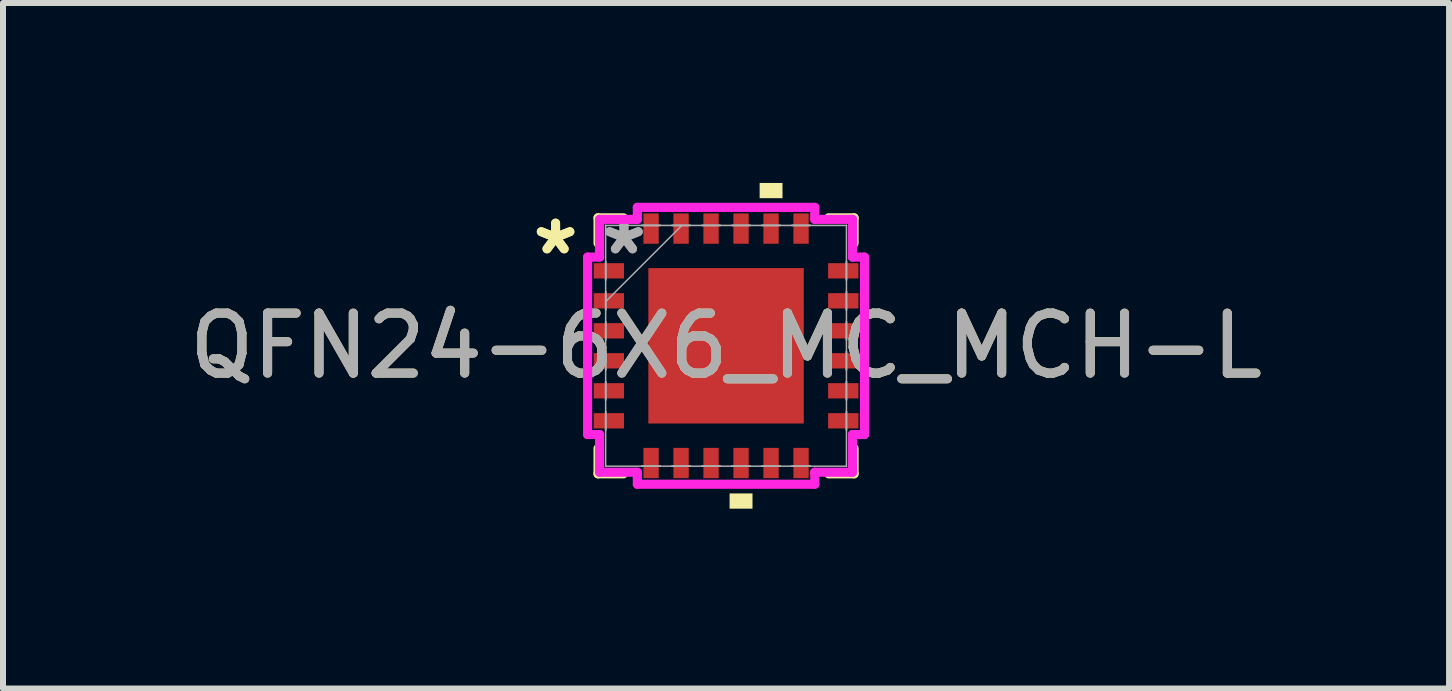
<source format=kicad_pcb>
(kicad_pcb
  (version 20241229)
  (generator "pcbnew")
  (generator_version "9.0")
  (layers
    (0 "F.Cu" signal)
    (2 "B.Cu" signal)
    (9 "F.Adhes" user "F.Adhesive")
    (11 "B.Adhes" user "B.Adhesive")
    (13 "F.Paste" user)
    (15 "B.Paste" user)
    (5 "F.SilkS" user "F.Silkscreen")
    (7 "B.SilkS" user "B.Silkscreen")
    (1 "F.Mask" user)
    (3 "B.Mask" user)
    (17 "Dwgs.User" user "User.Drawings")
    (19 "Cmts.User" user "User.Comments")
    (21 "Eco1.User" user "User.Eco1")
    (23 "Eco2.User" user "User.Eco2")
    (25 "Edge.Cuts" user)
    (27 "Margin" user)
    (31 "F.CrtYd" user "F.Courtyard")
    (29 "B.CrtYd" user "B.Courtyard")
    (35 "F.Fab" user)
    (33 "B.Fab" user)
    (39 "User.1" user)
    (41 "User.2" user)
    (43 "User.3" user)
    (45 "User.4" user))
  (footprint "QFN24-6X6_MC_MCH-L"
    (layer "F.Cu")
    (at 9.054 2.715)
    (property "Reference" "QFN24-6X6_MC_MCH-L" (at 0 0 0) (unlocked yes) (layer "F.SilkS") (effects (font (size 1 1) (thickness 0.15))))
    (attr smd)
    (fp_line (start -2.134 -2.134) (end -2.134 -1.71) (stroke (width 0.152) (type solid)) (layer "F.SilkS"))
    (fp_line (start -2.134 1.71) (end -2.134 2.134) (stroke (width 0.152) (type solid)) (layer "F.SilkS"))
    (fp_line (start -2.134 2.134) (end -1.71 2.134) (stroke (width 0.152) (type solid)) (layer "F.SilkS"))
    (fp_line (start -1.71 -2.134) (end -2.134 -2.134) (stroke (width 0.152) (type solid)) (layer "F.SilkS"))
    (fp_line (start 1.71 2.134) (end 2.134 2.134) (stroke (width 0.152) (type solid)) (layer "F.SilkS"))
    (fp_line (start 2.134 -2.134) (end 1.71 -2.134) (stroke (width 0.152) (type solid)) (layer "F.SilkS"))
    (fp_line (start 2.134 -1.71) (end 2.134 -2.134) (stroke (width 0.152) (type solid)) (layer "F.SilkS"))
    (fp_line (start 2.134 2.134) (end 2.134 1.71) (stroke (width 0.152) (type solid)) (layer "F.SilkS"))
    (fp_poly (pts (xy 0.059 2.461) (xy 0.059 2.715) (xy 0.441 2.715) (xy 0.441 2.461)) (stroke (width 0) (type solid)) (fill yes) (layer "F.SilkS"))
    (fp_poly (pts (xy 0.56 -2.461) (xy 0.56 -2.715) (xy 0.941 -2.715) (xy 0.941 -2.461)) (stroke (width 0) (type solid)) (fill yes) (layer "F.SilkS"))
    (fp_poly (pts (xy -1.195 -1.195) (xy -1.195 -0.1) (xy -0.1 -0.1) (xy -0.1 -1.195)) (stroke (width 0) (type solid)) (fill yes) (layer "F.Paste"))
    (fp_poly (pts (xy -1.195 0.1) (xy -1.195 1.195) (xy -0.1 1.195) (xy -0.1 0.1)) (stroke (width 0) (type solid)) (fill yes) (layer "F.Paste"))
    (fp_poly (pts (xy 0.1 -1.195) (xy 0.1 -0.1) (xy 1.195 -0.1) (xy 1.195 -1.195)) (stroke (width 0) (type solid)) (fill yes) (layer "F.Paste"))
    (fp_poly (pts (xy 0.1 0.1) (xy 0.1 1.195) (xy 1.195 1.195) (xy 1.195 0.1)) (stroke (width 0) (type solid)) (fill yes) (layer "F.Paste"))
    (fp_line (start -2.308 -1.479) (end -2.108 -1.479) (stroke (width 0.152) (type solid)) (layer "F.CrtYd"))
    (fp_line (start -2.308 1.479) (end -2.308 -1.479) (stroke (width 0.152) (type solid)) (layer "F.CrtYd"))
    (fp_line (start -2.108 -2.108) (end -1.479 -2.108) (stroke (width 0.152) (type solid)) (layer "F.CrtYd"))
    (fp_line (start -2.108 -1.479) (end -2.108 -2.108) (stroke (width 0.152) (type solid)) (layer "F.CrtYd"))
    (fp_line (start -2.108 1.479) (end -2.308 1.479) (stroke (width 0.152) (type solid)) (layer "F.CrtYd"))
    (fp_line (start -2.108 2.108) (end -2.108 1.479) (stroke (width 0.152) (type solid)) (layer "F.CrtYd"))
    (fp_line (start -1.479 -2.308) (end 1.479 -2.308) (stroke (width 0.152) (type solid)) (layer "F.CrtYd"))
    (fp_line (start -1.479 -2.108) (end -1.479 -2.308) (stroke (width 0.152) (type solid)) (layer "F.CrtYd"))
    (fp_line (start -1.479 2.108) (end -2.108 2.108) (stroke (width 0.152) (type solid)) (layer "F.CrtYd"))
    (fp_line (start -1.479 2.308) (end -1.479 2.108) (stroke (width 0.152) (type solid)) (layer "F.CrtYd"))
    (fp_line (start 1.479 -2.308) (end 1.479 -2.108) (stroke (width 0.152) (type solid)) (layer "F.CrtYd"))
    (fp_line (start 1.479 -2.108) (end 2.108 -2.108) (stroke (width 0.152) (type solid)) (layer "F.CrtYd"))
    (fp_line (start 1.479 2.108) (end 1.479 2.308) (stroke (width 0.152) (type solid)) (layer "F.CrtYd"))
    (fp_line (start 1.479 2.308) (end -1.479 2.308) (stroke (width 0.152) (type solid)) (layer "F.CrtYd"))
    (fp_line (start 2.108 -2.108) (end 2.108 -1.479) (stroke (width 0.152) (type solid)) (layer "F.CrtYd"))
    (fp_line (start 2.108 -1.479) (end 2.308 -1.479) (stroke (width 0.152) (type solid)) (layer "F.CrtYd"))
    (fp_line (start 2.108 1.479) (end 2.108 2.108) (stroke (width 0.152) (type solid)) (layer "F.CrtYd"))
    (fp_line (start 2.108 2.108) (end 1.479 2.108) (stroke (width 0.152) (type solid)) (layer "F.CrtYd"))
    (fp_line (start 2.308 -1.479) (end 2.308 1.479) (stroke (width 0.152) (type solid)) (layer "F.CrtYd"))
    (fp_line (start 2.308 1.479) (end 2.108 1.479) (stroke (width 0.152) (type solid)) (layer "F.CrtYd"))
    (fp_line (start -2.007 -2.007) (end -2.007 -2.007) (stroke (width 0.025) (type solid)) (layer "F.Fab"))
    (fp_line (start -2.007 -2.007) (end -2.007 2.007) (stroke (width 0.025) (type solid)) (layer "F.Fab"))
    (fp_line (start -2.007 -1.402) (end -2.007 -1.402) (stroke (width 0.025) (type solid)) (layer "F.Fab"))
    (fp_line (start -2.007 -1.402) (end -2.007 -1.098) (stroke (width 0.025) (type solid)) (layer "F.Fab"))
    (fp_line (start -2.007 -1.098) (end -2.007 -1.402) (stroke (width 0.025) (type solid)) (layer "F.Fab"))
    (fp_line (start -2.007 -1.098) (end -2.007 -1.098) (stroke (width 0.025) (type solid)) (layer "F.Fab"))
    (fp_line (start -2.007 -0.902) (end -2.007 -0.902) (stroke (width 0.025) (type solid)) (layer "F.Fab"))
    (fp_line (start -2.007 -0.902) (end -2.007 -0.598) (stroke (width 0.025) (type solid)) (layer "F.Fab"))
    (fp_line (start -2.007 -0.737) (end -0.737 -2.007) (stroke (width 0.025) (type solid)) (layer "F.Fab"))
    (fp_line (start -2.007 -0.598) (end -2.007 -0.902) (stroke (width 0.025) (type solid)) (layer "F.Fab"))
    (fp_line (start -2.007 -0.598) (end -2.007 -0.598) (stroke (width 0.025) (type solid)) (layer "F.Fab"))
    (fp_line (start -2.007 -0.402) (end -2.007 -0.402) (stroke (width 0.025) (type solid)) (layer "F.Fab"))
    (fp_line (start -2.007 -0.402) (end -2.007 -0.098) (stroke (width 0.025) (type solid)) (layer "F.Fab"))
    (fp_line (start -2.007 -0.098) (end -2.007 -0.402) (stroke (width 0.025) (type solid)) (layer "F.Fab"))
    (fp_line (start -2.007 -0.098) (end -2.007 -0.098) (stroke (width 0.025) (type solid)) (layer "F.Fab"))
    (fp_line (start -2.007 0.098) (end -2.007 0.098) (stroke (width 0.025) (type solid)) (layer "F.Fab"))
    (fp_line (start -2.007 0.098) (end -2.007 0.402) (stroke (width 0.025) (type solid)) (layer "F.Fab"))
    (fp_line (start -2.007 0.402) (end -2.007 0.098) (stroke (width 0.025) (type solid)) (layer "F.Fab"))
    (fp_line (start -2.007 0.402) (end -2.007 0.402) (stroke (width 0.025) (type solid)) (layer "F.Fab"))
    (fp_line (start -2.007 0.598) (end -2.007 0.598) (stroke (width 0.025) (type solid)) (layer "F.Fab"))
    (fp_line (start -2.007 0.598) (end -2.007 0.902) (stroke (width 0.025) (type solid)) (layer "F.Fab"))
    (fp_line (start -2.007 0.902) (end -2.007 0.598) (stroke (width 0.025) (type solid)) (layer "F.Fab"))
    (fp_line (start -2.007 0.902) (end -2.007 0.902) (stroke (width 0.025) (type solid)) (layer "F.Fab"))
    (fp_line (start -2.007 1.098) (end -2.007 1.098) (stroke (width 0.025) (type solid)) (layer "F.Fab"))
    (fp_line (start -2.007 1.098) (end -2.007 1.402) (stroke (width 0.025) (type solid)) (layer "F.Fab"))
    (fp_line (start -2.007 1.402) (end -2.007 1.098) (stroke (width 0.025) (type solid)) (layer "F.Fab"))
    (fp_line (start -2.007 1.402) (end -2.007 1.402) (stroke (width 0.025) (type solid)) (layer "F.Fab"))
    (fp_line (start -2.007 2.007) (end -2.007 2.007) (stroke (width 0.025) (type solid)) (layer "F.Fab"))
    (fp_line (start -2.007 2.007) (end 2.007 2.007) (stroke (width 0.025) (type solid)) (layer "F.Fab"))
    (fp_line (start -1.402 -2.007) (end -1.402 -2.007) (stroke (width 0.025) (type solid)) (layer "F.Fab"))
    (fp_line (start -1.402 -2.007) (end -1.098 -2.007) (stroke (width 0.025) (type solid)) (layer "F.Fab"))
    (fp_line (start -1.402 2.007) (end -1.402 2.007) (stroke (width 0.025) (type solid)) (layer "F.Fab"))
    (fp_line (start -1.402 2.007) (end -1.098 2.007) (stroke (width 0.025) (type solid)) (layer "F.Fab"))
    (fp_line (start -1.098 -2.007) (end -1.402 -2.007) (stroke (width 0.025) (type solid)) (layer "F.Fab"))
    (fp_line (start -1.098 -2.007) (end -1.098 -2.007) (stroke (width 0.025) (type solid)) (layer "F.Fab"))
    (fp_line (start -1.098 2.007) (end -1.402 2.007) (stroke (width 0.025) (type solid)) (layer "F.Fab"))
    (fp_line (start -1.098 2.007) (end -1.098 2.007) (stroke (width 0.025) (type solid)) (layer "F.Fab"))
    (fp_line (start -0.902 -2.007) (end -0.902 -2.007) (stroke (width 0.025) (type solid)) (layer "F.Fab"))
    (fp_line (start -0.902 -2.007) (end -0.598 -2.007) (stroke (width 0.025) (type solid)) (layer "F.Fab"))
    (fp_line (start -0.902 2.007) (end -0.902 2.007) (stroke (width 0.025) (type solid)) (layer "F.Fab"))
    (fp_line (start -0.902 2.007) (end -0.598 2.007) (stroke (width 0.025) (type solid)) (layer "F.Fab"))
    (fp_line (start -0.598 -2.007) (end -0.902 -2.007) (stroke (width 0.025) (type solid)) (layer "F.Fab"))
    (fp_line (start -0.598 -2.007) (end -0.598 -2.007) (stroke (width 0.025) (type solid)) (layer "F.Fab"))
    (fp_line (start -0.598 2.007) (end -0.902 2.007) (stroke (width 0.025) (type solid)) (layer "F.Fab"))
    (fp_line (start -0.598 2.007) (end -0.598 2.007) (stroke (width 0.025) (type solid)) (layer "F.Fab"))
    (fp_line (start -0.402 -2.007) (end -0.402 -2.007) (stroke (width 0.025) (type solid)) (layer "F.Fab"))
    (fp_line (start -0.402 -2.007) (end -0.098 -2.007) (stroke (width 0.025) (type solid)) (layer "F.Fab"))
    (fp_line (start -0.402 2.007) (end -0.402 2.007) (stroke (width 0.025) (type solid)) (layer "F.Fab"))
    (fp_line (start -0.402 2.007) (end -0.098 2.007) (stroke (width 0.025) (type solid)) (layer "F.Fab"))
    (fp_line (start -0.098 -2.007) (end -0.402 -2.007) (stroke (width 0.025) (type solid)) (layer "F.Fab"))
    (fp_line (start -0.098 -2.007) (end -0.098 -2.007) (stroke (width 0.025) (type solid)) (layer "F.Fab"))
    (fp_line (start -0.098 2.007) (end -0.402 2.007) (stroke (width 0.025) (type solid)) (layer "F.Fab"))
    (fp_line (start -0.098 2.007) (end -0.098 2.007) (stroke (width 0.025) (type solid)) (layer "F.Fab"))
    (fp_line (start 0.098 -2.007) (end 0.098 -2.007) (stroke (width 0.025) (type solid)) (layer "F.Fab"))
    (fp_line (start 0.098 -2.007) (end 0.402 -2.007) (stroke (width 0.025) (type solid)) (layer "F.Fab"))
    (fp_line (start 0.098 2.007) (end 0.098 2.007) (stroke (width 0.025) (type solid)) (layer "F.Fab"))
    (fp_line (start 0.098 2.007) (end 0.402 2.007) (stroke (width 0.025) (type solid)) (layer "F.Fab"))
    (fp_line (start 0.402 -2.007) (end 0.098 -2.007) (stroke (width 0.025) (type solid)) (layer "F.Fab"))
    (fp_line (start 0.402 -2.007) (end 0.402 -2.007) (stroke (width 0.025) (type solid)) (layer "F.Fab"))
    (fp_line (start 0.402 2.007) (end 0.098 2.007) (stroke (width 0.025) (type solid)) (layer "F.Fab"))
    (fp_line (start 0.402 2.007) (end 0.402 2.007) (stroke (width 0.025) (type solid)) (layer "F.Fab"))
    (fp_line (start 0.598 -2.007) (end 0.598 -2.007) (stroke (width 0.025) (type solid)) (layer "F.Fab"))
    (fp_line (start 0.598 -2.007) (end 0.902 -2.007) (stroke (width 0.025) (type solid)) (layer "F.Fab"))
    (fp_line (start 0.598 2.007) (end 0.598 2.007) (stroke (width 0.025) (type solid)) (layer "F.Fab"))
    (fp_line (start 0.598 2.007) (end 0.902 2.007) (stroke (width 0.025) (type solid)) (layer "F.Fab"))
    (fp_line (start 0.902 -2.007) (end 0.598 -2.007) (stroke (width 0.025) (type solid)) (layer "F.Fab"))
    (fp_line (start 0.902 -2.007) (end 0.902 -2.007) (stroke (width 0.025) (type solid)) (layer "F.Fab"))
    (fp_line (start 0.902 2.007) (end 0.598 2.007) (stroke (width 0.025) (type solid)) (layer "F.Fab"))
    (fp_line (start 0.902 2.007) (end 0.902 2.007) (stroke (width 0.025) (type solid)) (layer "F.Fab"))
    (fp_line (start 1.098 -2.007) (end 1.098 -2.007) (stroke (width 0.025) (type solid)) (layer "F.Fab"))
    (fp_line (start 1.098 -2.007) (end 1.402 -2.007) (stroke (width 0.025) (type solid)) (layer "F.Fab"))
    (fp_line (start 1.098 2.007) (end 1.098 2.007) (stroke (width 0.025) (type solid)) (layer "F.Fab"))
    (fp_line (start 1.098 2.007) (end 1.402 2.007) (stroke (width 0.025) (type solid)) (layer "F.Fab"))
    (fp_line (start 1.402 -2.007) (end 1.098 -2.007) (stroke (width 0.025) (type solid)) (layer "F.Fab"))
    (fp_line (start 1.402 -2.007) (end 1.402 -2.007) (stroke (width 0.025) (type solid)) (layer "F.Fab"))
    (fp_line (start 1.402 2.007) (end 1.098 2.007) (stroke (width 0.025) (type solid)) (layer "F.Fab"))
    (fp_line (start 1.402 2.007) (end 1.402 2.007) (stroke (width 0.025) (type solid)) (layer "F.Fab"))
    (fp_line (start 2.007 -2.007) (end -2.007 -2.007) (stroke (width 0.025) (type solid)) (layer "F.Fab"))
    (fp_line (start 2.007 -2.007) (end 2.007 -2.007) (stroke (width 0.025) (type solid)) (layer "F.Fab"))
    (fp_line (start 2.007 -1.402) (end 2.007 -1.402) (stroke (width 0.025) (type solid)) (layer "F.Fab"))
    (fp_line (start 2.007 -1.402) (end 2.007 -1.098) (stroke (width 0.025) (type solid)) (layer "F.Fab"))
    (fp_line (start 2.007 -1.098) (end 2.007 -1.402) (stroke (width 0.025) (type solid)) (layer "F.Fab"))
    (fp_line (start 2.007 -1.098) (end 2.007 -1.098) (stroke (width 0.025) (type solid)) (layer "F.Fab"))
    (fp_line (start 2.007 -0.902) (end 2.007 -0.902) (stroke (width 0.025) (type solid)) (layer "F.Fab"))
    (fp_line (start 2.007 -0.902) (end 2.007 -0.598) (stroke (width 0.025) (type solid)) (layer "F.Fab"))
    (fp_line (start 2.007 -0.598) (end 2.007 -0.902) (stroke (width 0.025) (type solid)) (layer "F.Fab"))
    (fp_line (start 2.007 -0.598) (end 2.007 -0.598) (stroke (width 0.025) (type solid)) (layer "F.Fab"))
    (fp_line (start 2.007 -0.402) (end 2.007 -0.402) (stroke (width 0.025) (type solid)) (layer "F.Fab"))
    (fp_line (start 2.007 -0.402) (end 2.007 -0.098) (stroke (width 0.025) (type solid)) (layer "F.Fab"))
    (fp_line (start 2.007 -0.098) (end 2.007 -0.402) (stroke (width 0.025) (type solid)) (layer "F.Fab"))
    (fp_line (start 2.007 -0.098) (end 2.007 -0.098) (stroke (width 0.025) (type solid)) (layer "F.Fab"))
    (fp_line (start 2.007 0.098) (end 2.007 0.098) (stroke (width 0.025) (type solid)) (layer "F.Fab"))
    (fp_line (start 2.007 0.098) (end 2.007 0.402) (stroke (width 0.025) (type solid)) (layer "F.Fab"))
    (fp_line (start 2.007 0.402) (end 2.007 0.098) (stroke (width 0.025) (type solid)) (layer "F.Fab"))
    (fp_line (start 2.007 0.402) (end 2.007 0.402) (stroke (width 0.025) (type solid)) (layer "F.Fab"))
    (fp_line (start 2.007 0.598) (end 2.007 0.598) (stroke (width 0.025) (type solid)) (layer "F.Fab"))
    (fp_line (start 2.007 0.598) (end 2.007 0.902) (stroke (width 0.025) (type solid)) (layer "F.Fab"))
    (fp_line (start 2.007 0.902) (end 2.007 0.598) (stroke (width 0.025) (type solid)) (layer "F.Fab"))
    (fp_line (start 2.007 0.902) (end 2.007 0.902) (stroke (width 0.025) (type solid)) (layer "F.Fab"))
    (fp_line (start 2.007 1.098) (end 2.007 1.098) (stroke (width 0.025) (type solid)) (layer "F.Fab"))
    (fp_line (start 2.007 1.098) (end 2.007 1.402) (stroke (width 0.025) (type solid)) (layer "F.Fab"))
    (fp_line (start 2.007 1.402) (end 2.007 1.098) (stroke (width 0.025) (type solid)) (layer "F.Fab"))
    (fp_line (start 2.007 1.402) (end 2.007 1.402) (stroke (width 0.025) (type solid)) (layer "F.Fab"))
    (fp_line (start 2.007 2.007) (end 2.007 -2.007) (stroke (width 0.025) (type solid)) (layer "F.Fab"))
    (fp_line (start 2.007 2.007) (end 2.007 2.007) (stroke (width 0.025) (type solid)) (layer "F.Fab"))
    (fp_text user "*" (at -2.842 -1.5 0) (layer "F.SilkS") (effects (font (size 1 1) (thickness 0.15))))
    (fp_text user "*" (at -2.842 -1.5 0) (unlocked yes) (layer "F.SilkS") (effects (font (size 1 1) (thickness 0.15))))
    (fp_text user "*" (at -1.702 -1.5 0) (unlocked yes) (layer "F.Fab") (effects (font (size 1 1) (thickness 0.15))))
    (fp_text user "${REFERENCE}" (at 0 0 0) (unlocked yes) (layer "F.Fab") (effects (font (size 1 1) (thickness 0.15))))
    (fp_text user "*" (at -1.702 -1.5 0) (layer "F.Fab") (effects (font (size 1 1) (thickness 0.15))))
    (pad "1" smd rect (at -1.954 -1.25 90) (size 0.255 0.505) (layers "F.Cu" "F.Mask" "F.Paste"))
    (pad "2" smd rect (at -1.954 -0.75 90) (size 0.255 0.505) (layers "F.Cu" "F.Mask" "F.Paste"))
    (pad "3" smd rect (at -1.954 -0.25 90) (size 0.255 0.505) (layers "F.Cu" "F.Mask" "F.Paste"))
    (pad "4" smd rect (at -1.954 0.25 90) (size 0.255 0.505) (layers "F.Cu" "F.Mask" "F.Paste"))
    (pad "5" smd rect (at -1.954 0.75 90) (size 0.255 0.505) (layers "F.Cu" "F.Mask" "F.Paste"))
    (pad "6" smd rect (at -1.954 1.25 90) (size 0.255 0.505) (layers "F.Cu" "F.Mask" "F.Paste"))
    (pad "7" smd rect (at -1.25 1.954) (size 0.255 0.505) (layers "F.Cu" "F.Mask" "F.Paste"))
    (pad "8" smd rect (at -0.75 1.954) (size 0.255 0.505) (layers "F.Cu" "F.Mask" "F.Paste"))
    (pad "9" smd rect (at -0.25 1.954) (size 0.255 0.505) (layers "F.Cu" "F.Mask" "F.Paste"))
    (pad "10" smd rect (at 0.25 1.954) (size 0.255 0.505) (layers "F.Cu" "F.Mask" "F.Paste"))
    (pad "11" smd rect (at 0.75 1.954) (size 0.255 0.505) (layers "F.Cu" "F.Mask" "F.Paste"))
    (pad "12" smd rect (at 1.25 1.954) (size 0.255 0.505) (layers "F.Cu" "F.Mask" "F.Paste"))
    (pad "13" smd rect (at 1.954 1.25 90) (size 0.255 0.505) (layers "F.Cu" "F.Mask" "F.Paste"))
    (pad "14" smd rect (at 1.954 0.75 90) (size 0.255 0.505) (layers "F.Cu" "F.Mask" "F.Paste"))
    (pad "15" smd rect (at 1.954 0.25 90) (size 0.255 0.505) (layers "F.Cu" "F.Mask" "F.Paste"))
    (pad "16" smd rect (at 1.954 -0.25 90) (size 0.255 0.505) (layers "F.Cu" "F.Mask" "F.Paste"))
    (pad "17" smd rect (at 1.954 -0.75 90) (size 0.255 0.505) (layers "F.Cu" "F.Mask" "F.Paste"))
    (pad "18" smd rect (at 1.954 -1.25 90) (size 0.255 0.505) (layers "F.Cu" "F.Mask" "F.Paste"))
    (pad "19" smd rect (at 1.25 -1.954) (size 0.255 0.505) (layers "F.Cu" "F.Mask" "F.Paste"))
    (pad "20" smd rect (at 0.75 -1.954) (size 0.255 0.505) (layers "F.Cu" "F.Mask" "F.Paste"))
    (pad "21" smd rect (at 0.25 -1.954) (size 0.255 0.505) (layers "F.Cu" "F.Mask" "F.Paste"))
    (pad "22" smd rect (at -0.25 -1.954) (size 0.255 0.505) (layers "F.Cu" "F.Mask" "F.Paste"))
    (pad "23" smd rect (at -0.75 -1.954) (size 0.255 0.505) (layers "F.Cu" "F.Mask" "F.Paste"))
    (pad "24" smd rect (at -1.25 -1.954) (size 0.255 0.505) (layers "F.Cu" "F.Mask" "F.Paste"))
    (pad "25" smd rect (at 0 0) (size 2.591 2.591) (layers "F.Cu" "F.Mask" "F.Paste")))
  (gr_rect
    (start -3 -3)
    (end 21.107 8.429)
    (stroke (width 0.1) (type default))
    (fill no)
    (layer "Edge.Cuts")))
</source>
